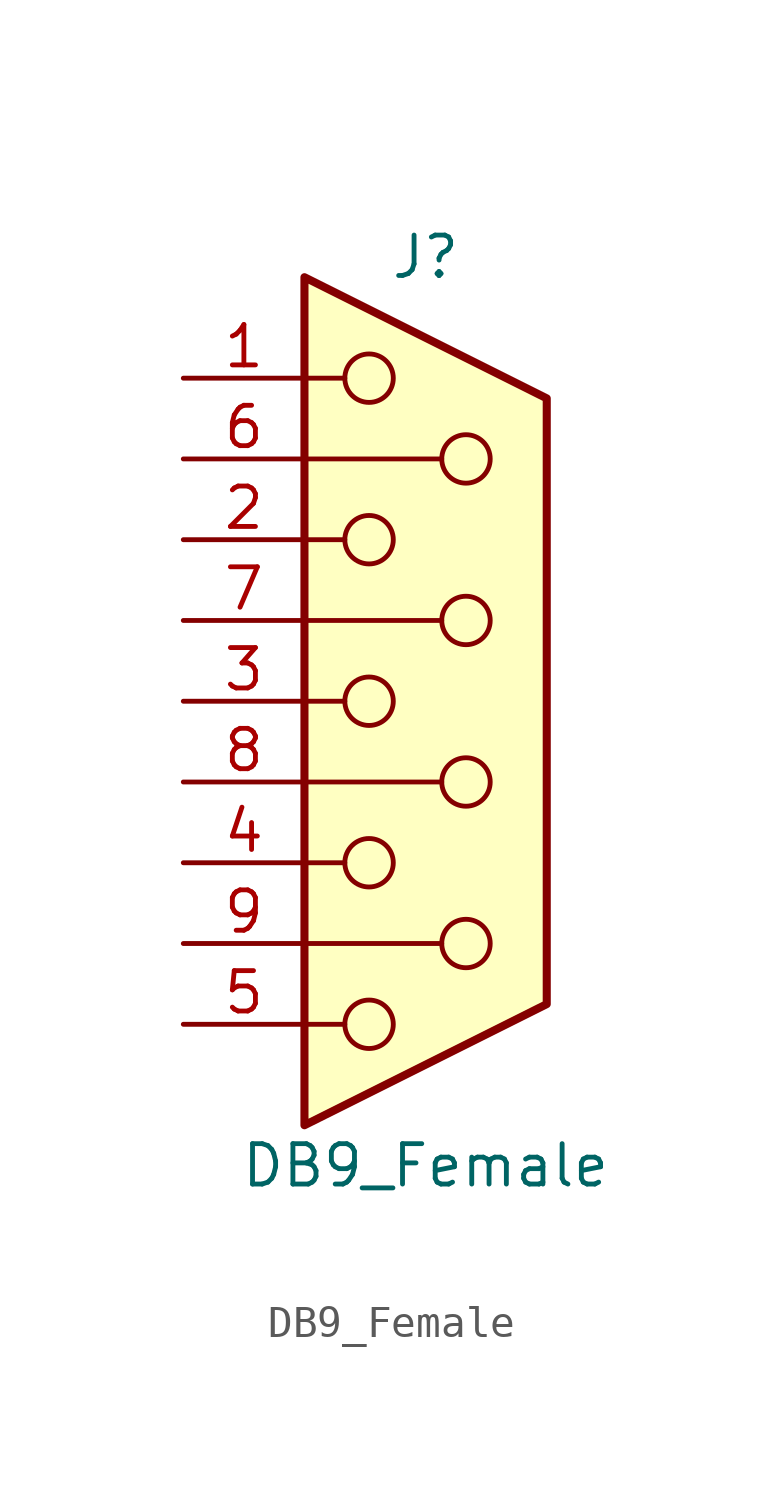
<source format=kicad_sym>
(kicad_symbol_lib
  (version 20231120)
  (generator "kicad_symbol_editor")
  (generator_version "8.0")
  (symbol "DB9_Female"
    (pin_names
      (offset 1.016) hide)
    (property "Reference" "J"
      (at 0 13.97 0)
      (effects (font (size 1.27 1.27))))
    (property "Value" "DB9_Female"
      (at 0 -14.605 0)
      (effects (font (size 1.27 1.27))))
    (symbol "DB9_Female_0_1"
      (circle (center -1.778 -10.16) (radius 0.762) (stroke (width 0) (type solid)) (fill (type none)))
      (circle (center -1.778 -5.08) (radius 0.762) (stroke (width 0) (type solid)) (fill (type none)))
      (circle (center -1.778 0) (radius 0.762) (stroke (width 0) (type solid)) (fill (type none)))
      (circle (center -1.778 5.08) (radius 0.762) (stroke (width 0) (type solid)) (fill (type none)))
      (circle (center -1.778 10.16) (radius 0.762) (stroke (width 0) (type solid)) (fill (type none)))
      (polyline (pts (xy -3.81 -10.16) (xy -2.54 -10.16)) (stroke (width 0) (type solid)) (fill (type none)))
      (polyline (pts (xy -3.81 -7.62) (xy 0.508 -7.62)) (stroke (width 0) (type solid)) (fill (type none)))
      (polyline (pts (xy -3.81 -5.08) (xy -2.54 -5.08)) (stroke (width 0) (type solid)) (fill (type none)))
      (polyline (pts (xy -3.81 -2.54) (xy 0.508 -2.54)) (stroke (width 0) (type solid)) (fill (type none)))
      (polyline (pts (xy -3.81 0) (xy -2.54 0)) (stroke (width 0) (type solid)) (fill (type none)))
      (polyline (pts (xy -3.81 2.54) (xy 0.508 2.54)) (stroke (width 0) (type solid)) (fill (type none)))
      (polyline (pts (xy -3.81 5.08) (xy -2.54 5.08)) (stroke (width 0) (type solid)) (fill (type none)))
      (polyline (pts (xy -3.81 7.62) (xy 0.508 7.62)) (stroke (width 0) (type solid)) (fill (type none)))
      (polyline (pts (xy -3.81 10.16) (xy -2.54 10.16)) (stroke (width 0) (type solid)) (fill (type none)))
      (polyline (pts (xy -3.81 13.335) (xy -3.81 -13.335) (xy 3.81 -9.525) (xy 3.81 9.525) (xy -3.81 13.335)) (stroke (width 0.254) (type solid)) (fill (type background)))
      (circle (center 1.27 -7.62) (radius 0.762) (stroke (width 0) (type solid)) (fill (type none)))
      (circle (center 1.27 -2.54) (radius 0.762) (stroke (width 0) (type solid)) (fill (type none)))
      (circle (center 1.27 2.54) (radius 0.762) (stroke (width 0) (type solid)) (fill (type none)))
      (circle (center 1.27 7.62) (radius 0.762) (stroke (width 0) (type solid)) (fill (type none))))
    (symbol "DB9_Female_1_1"
      (pin passive line (at -7.62 10.16 0) (length 3.81) (name "1" (effects (font (size 1.27 1.27)))) (number "1" (effects (font (size 1.27 1.27)))))
      (pin passive line (at -7.62 5.08 0) (length 3.81) (name "2" (effects (font (size 1.27 1.27)))) (number "2" (effects (font (size 1.27 1.27)))))
      (pin passive line (at -7.62 0 0) (length 3.81) (name "3" (effects (font (size 1.27 1.27)))) (number "3" (effects (font (size 1.27 1.27)))))
      (pin passive line (at -7.62 -5.08 0) (length 3.81) (name "4" (effects (font (size 1.27 1.27)))) (number "4" (effects (font (size 1.27 1.27)))))
      (pin passive line (at -7.62 -10.16 0) (length 3.81) (name "5" (effects (font (size 1.27 1.27)))) (number "5" (effects (font (size 1.27 1.27)))))
      (pin passive line (at -7.62 7.62 0) (length 3.81) (name "6" (effects (font (size 1.27 1.27)))) (number "6" (effects (font (size 1.27 1.27)))))
      (pin passive line (at -7.62 2.54 0) (length 3.81) (name "7" (effects (font (size 1.27 1.27)))) (number "7" (effects (font (size 1.27 1.27)))))
      (pin passive line (at -7.62 -2.54 0) (length 3.81) (name "8" (effects (font (size 1.27 1.27)))) (number "8" (effects (font (size 1.27 1.27)))))
      (pin passive line (at -7.62 -7.62 0) (length 3.81) (name "9" (effects (font (size 1.27 1.27)))) (number "9" (effects (font (size 1.27 1.27))))))))
</source>
